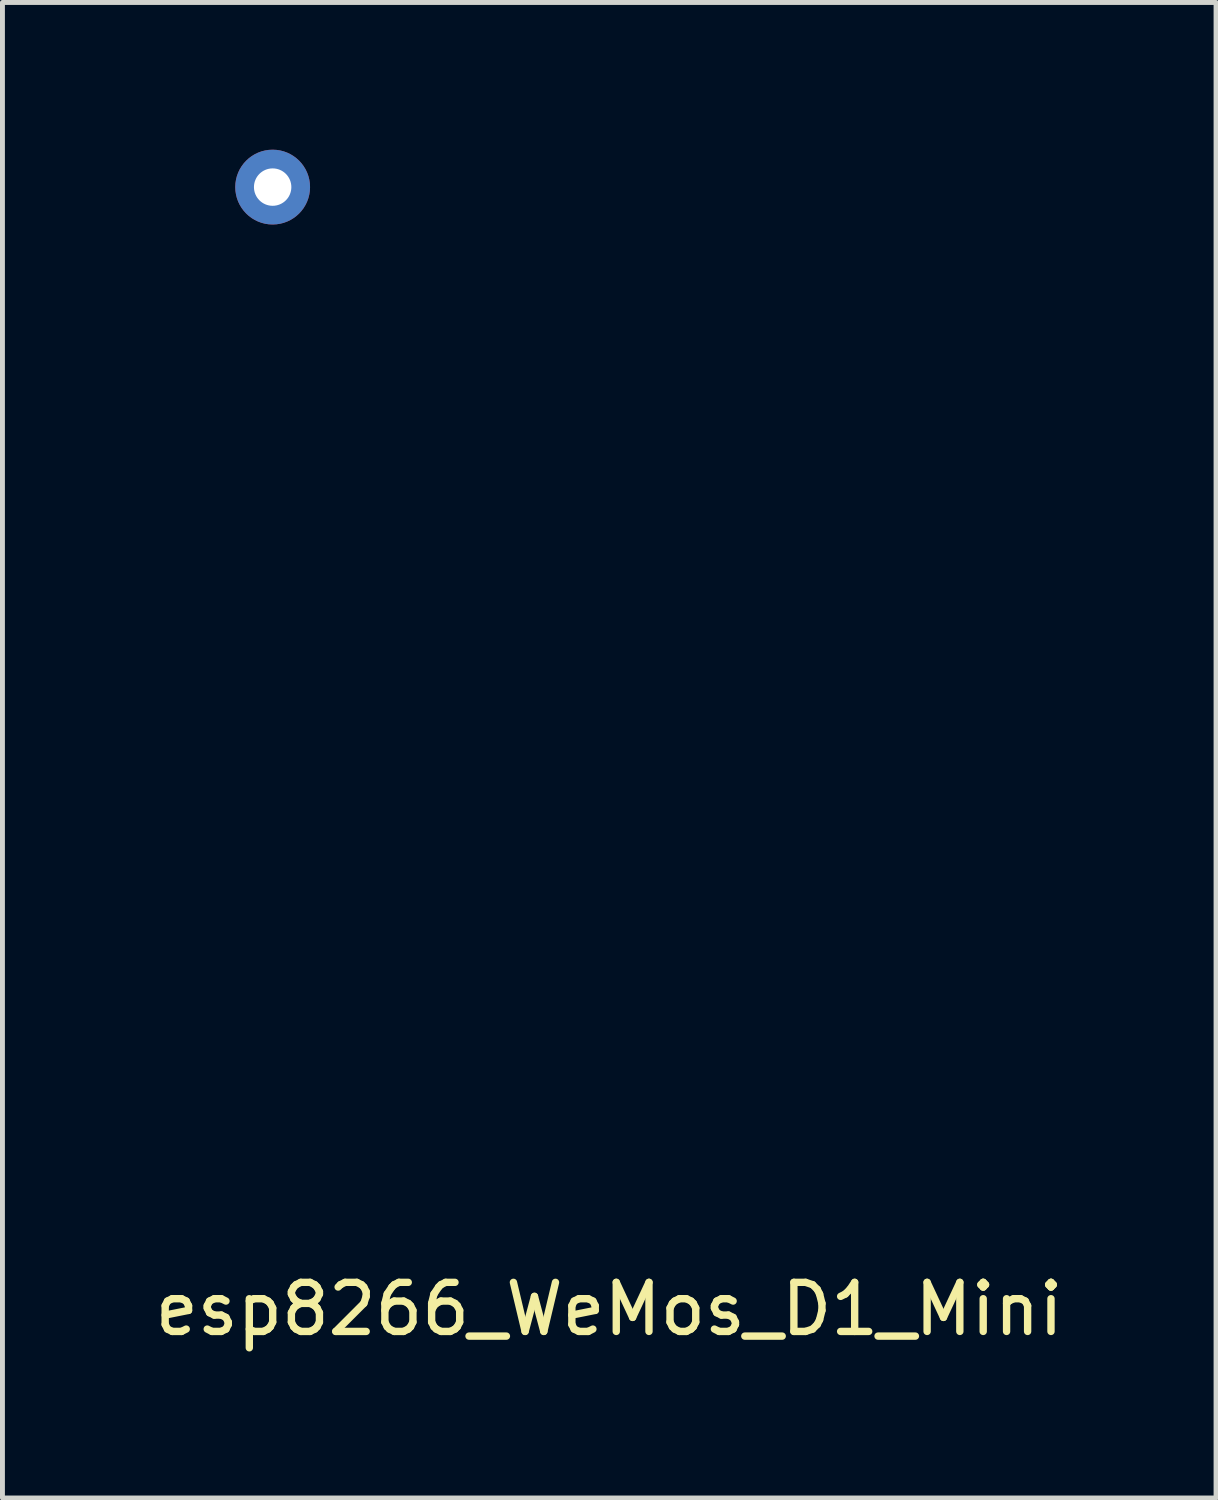
<source format=kicad_pcb>
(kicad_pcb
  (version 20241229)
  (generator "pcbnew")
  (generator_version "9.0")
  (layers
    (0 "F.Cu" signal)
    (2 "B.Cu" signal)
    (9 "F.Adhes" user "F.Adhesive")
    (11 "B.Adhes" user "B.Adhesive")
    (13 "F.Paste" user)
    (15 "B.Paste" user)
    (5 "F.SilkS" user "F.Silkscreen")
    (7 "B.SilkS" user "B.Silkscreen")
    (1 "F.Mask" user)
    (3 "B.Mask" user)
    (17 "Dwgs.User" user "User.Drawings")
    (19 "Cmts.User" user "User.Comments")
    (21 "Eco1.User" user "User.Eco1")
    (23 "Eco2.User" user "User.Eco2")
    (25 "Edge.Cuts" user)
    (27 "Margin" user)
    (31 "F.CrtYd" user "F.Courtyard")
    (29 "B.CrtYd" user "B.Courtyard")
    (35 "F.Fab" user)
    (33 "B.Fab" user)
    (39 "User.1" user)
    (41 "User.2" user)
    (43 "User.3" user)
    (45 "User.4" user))
  (footprint "esp8266_WeMos_D1_Mini"
    (layer "F.Cu")
    (at 9.871 8.382)
    (property "Reference" "esp8266_WeMos_D1_Mini" (at -0.508 15.24 0) (layer "F.SilkS") (effects (font (size 1 1) (thickness 0.15))))
    (attr through_hole)
    (pad "1" thru_hole circle (at -7.366 -7.62) (size 1.524 1.524) (drill 0.762) (layers "*.Cu" "*.Mask")))
  (gr_rect
    (start -3 -3)
    (end 21.726 27.47)
    (stroke (width 0.1) (type default))
    (fill no)
    (layer "Edge.Cuts")))
</source>
